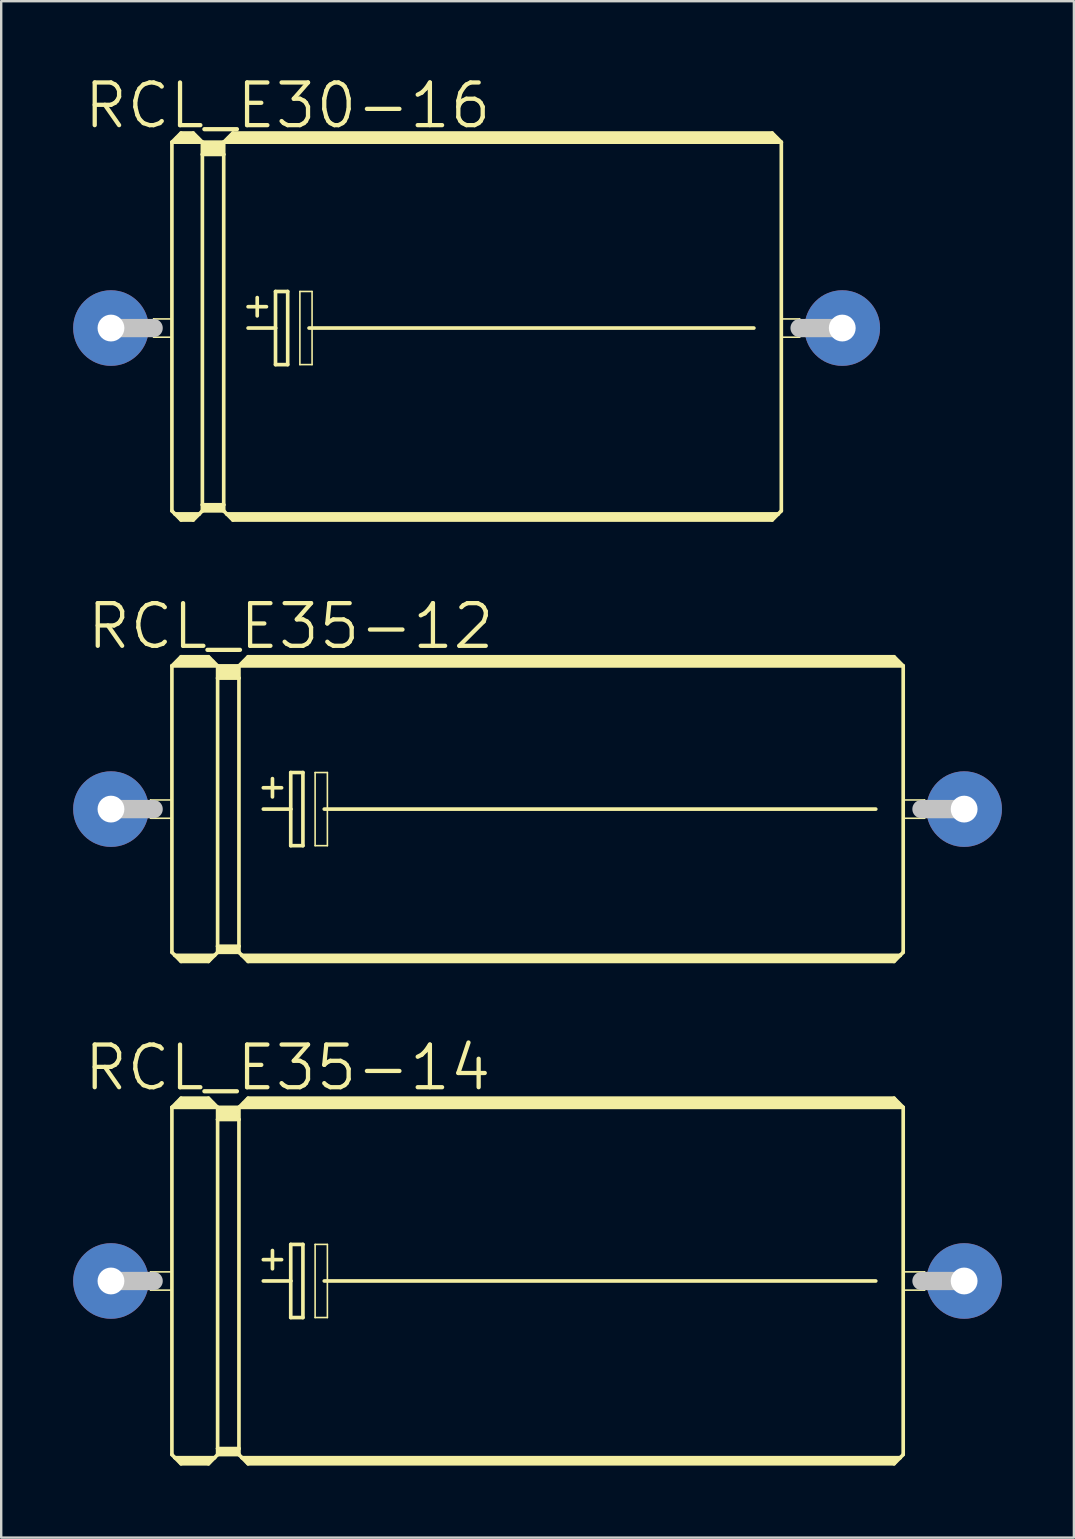
<source format=kicad_pcb>
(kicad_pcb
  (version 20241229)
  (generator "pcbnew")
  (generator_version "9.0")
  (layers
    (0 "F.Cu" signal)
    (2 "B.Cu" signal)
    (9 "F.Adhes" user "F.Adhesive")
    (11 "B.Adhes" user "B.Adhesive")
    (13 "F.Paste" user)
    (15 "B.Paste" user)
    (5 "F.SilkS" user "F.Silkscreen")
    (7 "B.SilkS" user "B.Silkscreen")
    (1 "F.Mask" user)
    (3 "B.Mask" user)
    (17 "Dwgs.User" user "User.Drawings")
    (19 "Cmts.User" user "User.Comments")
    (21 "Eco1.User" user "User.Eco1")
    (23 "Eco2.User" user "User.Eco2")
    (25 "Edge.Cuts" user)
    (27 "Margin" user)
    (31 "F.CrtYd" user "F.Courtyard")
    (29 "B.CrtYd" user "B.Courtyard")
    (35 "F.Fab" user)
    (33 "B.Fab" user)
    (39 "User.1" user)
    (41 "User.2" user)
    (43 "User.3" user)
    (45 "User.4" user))
  (footprint "RCL_E30-16"
    (layer "F.Cu")
    (at 16.815 10.623)
    (property "Reference" "RCL_E30-16" (at -7.874 -9.271 0) (layer "F.SilkS") (effects (font (size 1.778 1.778) (thickness 0.178))))
    (attr exclude_from_pos_files exclude_from_bom)
    (fp_line (start -13.462 -0.381) (end -12.7 -0.381) (stroke (width 0.066) (type solid)) (layer "F.SilkS"))
    (fp_line (start -13.462 0.381) (end -13.462 -0.381) (stroke (width 0.066) (type solid)) (layer "F.SilkS"))
    (fp_line (start -13.462 0.381) (end -12.7 0.381) (stroke (width 0.066) (type solid)) (layer "F.SilkS"))
    (fp_line (start -12.7 -7.747) (end -12.7 7.62) (stroke (width 0.152) (type solid)) (layer "F.SilkS"))
    (fp_line (start -12.7 -7.747) (end -12.319 -8.128) (stroke (width 0.152) (type solid)) (layer "F.SilkS"))
    (fp_line (start -12.7 -7.747) (end -11.43 -7.747) (stroke (width 0.152) (type solid)) (layer "F.SilkS"))
    (fp_line (start -12.7 0.381) (end -12.7 -0.381) (stroke (width 0.066) (type solid)) (layer "F.SilkS"))
    (fp_line (start -12.7 7.62) (end -12.573 7.747) (stroke (width 0.152) (type solid)) (layer "F.SilkS"))
    (fp_line (start -12.573 7.747) (end -12.319 8.001) (stroke (width 0.152) (type solid)) (layer "F.SilkS"))
    (fp_line (start -12.573 7.747) (end -11.557 7.747) (stroke (width 0.152) (type solid)) (layer "F.SilkS"))
    (fp_line (start -12.446 -7.874) (end -11.684 -7.874) (stroke (width 0.305) (type solid)) (layer "F.SilkS"))
    (fp_line (start -12.319 -8.128) (end -11.811 -8.128) (stroke (width 0.152) (type solid)) (layer "F.SilkS"))
    (fp_line (start -12.319 -8.001) (end -11.811 -8.001) (stroke (width 0.305) (type solid)) (layer "F.SilkS"))
    (fp_line (start -12.319 7.874) (end -11.811 7.874) (stroke (width 0.305) (type solid)) (layer "F.SilkS"))
    (fp_line (start -12.319 8.001) (end -11.811 8.001) (stroke (width 0.152) (type solid)) (layer "F.SilkS"))
    (fp_line (start -11.557 7.747) (end -11.811 8.001) (stroke (width 0.152) (type solid)) (layer "F.SilkS"))
    (fp_line (start -11.43 -7.747) (end -11.811 -8.128) (stroke (width 0.152) (type solid)) (layer "F.SilkS"))
    (fp_line (start -11.43 -7.747) (end -11.43 -7.236) (stroke (width 0.152) (type solid)) (layer "F.SilkS"))
    (fp_line (start -11.43 -7.747) (end -10.541 -7.747) (stroke (width 0.152) (type solid)) (layer "F.SilkS"))
    (fp_line (start -11.43 -7.236) (end -11.43 7.366) (stroke (width 0.152) (type solid)) (layer "F.SilkS"))
    (fp_line (start -11.43 -7.236) (end -10.541 -7.236) (stroke (width 0.152) (type solid)) (layer "F.SilkS"))
    (fp_line (start -11.43 7.366) (end -11.43 7.62) (stroke (width 0.152) (type solid)) (layer "F.SilkS"))
    (fp_line (start -11.43 7.366) (end -10.541 7.366) (stroke (width 0.152) (type solid)) (layer "F.SilkS"))
    (fp_line (start -11.43 7.62) (end -11.557 7.747) (stroke (width 0.152) (type solid)) (layer "F.SilkS"))
    (fp_line (start -11.43 7.62) (end -10.541 7.62) (stroke (width 0.152) (type solid)) (layer "F.SilkS"))
    (fp_line (start -11.303 -7.62) (end -10.668 -7.62) (stroke (width 0.305) (type solid)) (layer "F.SilkS"))
    (fp_line (start -11.303 -7.366) (end -10.668 -7.366) (stroke (width 0.305) (type solid)) (layer "F.SilkS"))
    (fp_line (start -11.303 7.493) (end -10.668 7.493) (stroke (width 0.305) (type solid)) (layer "F.SilkS"))
    (fp_line (start -10.541 -7.747) (end -10.541 -7.236) (stroke (width 0.152) (type solid)) (layer "F.SilkS"))
    (fp_line (start -10.541 -7.747) (end -10.16 -8.128) (stroke (width 0.152) (type solid)) (layer "F.SilkS"))
    (fp_line (start -10.541 -7.747) (end 12.7 -7.747) (stroke (width 0.152) (type solid)) (layer "F.SilkS"))
    (fp_line (start -10.541 -7.236) (end -10.541 7.366) (stroke (width 0.152) (type solid)) (layer "F.SilkS"))
    (fp_line (start -10.541 7.366) (end -10.541 7.62) (stroke (width 0.152) (type solid)) (layer "F.SilkS"))
    (fp_line (start -10.414 7.747) (end -10.541 7.62) (stroke (width 0.152) (type solid)) (layer "F.SilkS"))
    (fp_line (start -10.414 7.747) (end 12.573 7.747) (stroke (width 0.152) (type solid)) (layer "F.SilkS"))
    (fp_line (start -10.287 -7.874) (end 12.446 -7.874) (stroke (width 0.305) (type solid)) (layer "F.SilkS"))
    (fp_line (start -10.16 -8.001) (end 12.319 -8.001) (stroke (width 0.305) (type solid)) (layer "F.SilkS"))
    (fp_line (start -10.16 7.874) (end 12.319 7.874) (stroke (width 0.305) (type solid)) (layer "F.SilkS"))
    (fp_line (start -10.16 8.001) (end -10.414 7.747) (stroke (width 0.152) (type solid)) (layer "F.SilkS"))
    (fp_line (start -9.525 -0.889) (end -8.76 -0.889) (stroke (width 0.152) (type solid)) (layer "F.SilkS"))
    (fp_line (start -9.525 0) (end -8.382 0) (stroke (width 0.152) (type solid)) (layer "F.SilkS"))
    (fp_line (start -9.144 -1.27) (end -9.144 -0.508) (stroke (width 0.152) (type solid)) (layer "F.SilkS"))
    (fp_line (start -8.382 -1.524) (end -8.382 0) (stroke (width 0.152) (type solid)) (layer "F.SilkS"))
    (fp_line (start -8.382 0) (end -8.382 1.524) (stroke (width 0.152) (type solid)) (layer "F.SilkS"))
    (fp_line (start -8.382 1.524) (end -7.874 1.524) (stroke (width 0.152) (type solid)) (layer "F.SilkS"))
    (fp_line (start -7.874 -1.524) (end -8.382 -1.524) (stroke (width 0.152) (type solid)) (layer "F.SilkS"))
    (fp_line (start -7.874 1.524) (end -7.874 -1.524) (stroke (width 0.152) (type solid)) (layer "F.SilkS"))
    (fp_line (start -7.366 -1.524) (end -6.858 -1.524) (stroke (width 0.066) (type solid)) (layer "F.SilkS"))
    (fp_line (start -7.366 1.524) (end -7.366 -1.524) (stroke (width 0.066) (type solid)) (layer "F.SilkS"))
    (fp_line (start -7.366 1.524) (end -6.858 1.524) (stroke (width 0.066) (type solid)) (layer "F.SilkS"))
    (fp_line (start -6.985 0) (end 11.557 0) (stroke (width 0.152) (type solid)) (layer "F.SilkS"))
    (fp_line (start -6.858 1.524) (end -6.858 -1.524) (stroke (width 0.066) (type solid)) (layer "F.SilkS"))
    (fp_line (start 12.319 -8.128) (end -10.16 -8.128) (stroke (width 0.152) (type solid)) (layer "F.SilkS"))
    (fp_line (start 12.319 8.001) (end -10.16 8.001) (stroke (width 0.152) (type solid)) (layer "F.SilkS"))
    (fp_line (start 12.573 7.747) (end 12.319 8.001) (stroke (width 0.152) (type solid)) (layer "F.SilkS"))
    (fp_line (start 12.7 -7.747) (end 12.319 -8.128) (stroke (width 0.152) (type solid)) (layer "F.SilkS"))
    (fp_line (start 12.7 -7.747) (end 12.7 7.62) (stroke (width 0.152) (type solid)) (layer "F.SilkS"))
    (fp_line (start 12.7 -0.381) (end 13.462 -0.381) (stroke (width 0.066) (type solid)) (layer "F.SilkS"))
    (fp_line (start 12.7 0.381) (end 12.7 -0.381) (stroke (width 0.066) (type solid)) (layer "F.SilkS"))
    (fp_line (start 12.7 0.381) (end 13.462 0.381) (stroke (width 0.066) (type solid)) (layer "F.SilkS"))
    (fp_line (start 12.7 7.62) (end 12.573 7.747) (stroke (width 0.152) (type solid)) (layer "F.SilkS"))
    (fp_line (start 13.462 0.381) (end 13.462 -0.381) (stroke (width 0.066) (type solid)) (layer "F.SilkS"))
    (fp_line (start -15.24 0) (end -13.462 0) (stroke (width 0.762) (type solid)) (layer "Dwgs.User"))
    (fp_line (start 15.24 0) (end 13.462 0) (stroke (width 0.762) (type solid)) (layer "Dwgs.User"))
    (pad "+" thru_hole circle (at -15.24 0) (size 3.15 3.15) (drill 1.118) (layers "*.Cu" "*.Paste" "*.Mask"))
    (pad "-" thru_hole circle (at 15.24 0) (size 3.15 3.15) (drill 1.118) (layers "*.Cu" "*.Paste" "*.Mask")))
  (footprint "RCL_E35-14"
    (layer "F.Cu")
    (at 19.355 50.341)
    (property "Reference" "RCL_E35-14" (at -10.414 -8.89 0) (layer "F.SilkS") (effects (font (size 1.778 1.778) (thickness 0.178))))
    (attr exclude_from_pos_files exclude_from_bom)
    (fp_line (start -16.129 -0.381) (end -15.24 -0.381) (stroke (width 0.066) (type solid)) (layer "F.SilkS"))
    (fp_line (start -16.129 0.381) (end -16.129 -0.381) (stroke (width 0.066) (type solid)) (layer "F.SilkS"))
    (fp_line (start -16.129 0.381) (end -15.24 0.381) (stroke (width 0.066) (type solid)) (layer "F.SilkS"))
    (fp_line (start -15.24 -7.236) (end -15.24 7.236) (stroke (width 0.152) (type solid)) (layer "F.SilkS"))
    (fp_line (start -15.24 -7.236) (end -14.859 -7.62) (stroke (width 0.152) (type solid)) (layer "F.SilkS"))
    (fp_line (start -15.24 -7.236) (end -13.335 -7.236) (stroke (width 0.152) (type solid)) (layer "F.SilkS"))
    (fp_line (start -15.24 0.381) (end -15.24 -0.381) (stroke (width 0.066) (type solid)) (layer "F.SilkS"))
    (fp_line (start -15.24 7.236) (end -15.113 7.366) (stroke (width 0.152) (type solid)) (layer "F.SilkS"))
    (fp_line (start -15.113 7.366) (end -14.859 7.62) (stroke (width 0.152) (type solid)) (layer "F.SilkS"))
    (fp_line (start -15.113 7.366) (end -13.462 7.366) (stroke (width 0.152) (type solid)) (layer "F.SilkS"))
    (fp_line (start -14.986 -7.366) (end -13.589 -7.366) (stroke (width 0.305) (type solid)) (layer "F.SilkS"))
    (fp_line (start -14.859 -7.62) (end -13.716 -7.62) (stroke (width 0.152) (type solid)) (layer "F.SilkS"))
    (fp_line (start -14.859 -7.493) (end -13.716 -7.493) (stroke (width 0.305) (type solid)) (layer "F.SilkS"))
    (fp_line (start -14.859 7.493) (end -13.716 7.493) (stroke (width 0.305) (type solid)) (layer "F.SilkS"))
    (fp_line (start -14.859 7.62) (end -13.716 7.62) (stroke (width 0.152) (type solid)) (layer "F.SilkS"))
    (fp_line (start -13.462 7.366) (end -13.716 7.62) (stroke (width 0.152) (type solid)) (layer "F.SilkS"))
    (fp_line (start -13.335 -7.236) (end -13.716 -7.62) (stroke (width 0.152) (type solid)) (layer "F.SilkS"))
    (fp_line (start -13.335 -7.236) (end -13.335 -6.731) (stroke (width 0.152) (type solid)) (layer "F.SilkS"))
    (fp_line (start -13.335 -7.236) (end -12.446 -7.236) (stroke (width 0.152) (type solid)) (layer "F.SilkS"))
    (fp_line (start -13.335 -6.731) (end -13.335 6.985) (stroke (width 0.152) (type solid)) (layer "F.SilkS"))
    (fp_line (start -13.335 -6.731) (end -12.446 -6.731) (stroke (width 0.152) (type solid)) (layer "F.SilkS"))
    (fp_line (start -13.335 6.985) (end -13.335 7.236) (stroke (width 0.152) (type solid)) (layer "F.SilkS"))
    (fp_line (start -13.335 6.985) (end -12.446 6.985) (stroke (width 0.152) (type solid)) (layer "F.SilkS"))
    (fp_line (start -13.335 7.236) (end -13.462 7.366) (stroke (width 0.152) (type solid)) (layer "F.SilkS"))
    (fp_line (start -13.335 7.236) (end -12.446 7.236) (stroke (width 0.152) (type solid)) (layer "F.SilkS"))
    (fp_line (start -13.208 -7.112) (end -12.573 -7.112) (stroke (width 0.305) (type solid)) (layer "F.SilkS"))
    (fp_line (start -13.208 -6.858) (end -12.573 -6.858) (stroke (width 0.305) (type solid)) (layer "F.SilkS"))
    (fp_line (start -13.208 7.112) (end -12.573 7.112) (stroke (width 0.305) (type solid)) (layer "F.SilkS"))
    (fp_line (start -12.446 -7.236) (end -12.446 -6.731) (stroke (width 0.152) (type solid)) (layer "F.SilkS"))
    (fp_line (start -12.446 -7.236) (end -12.065 -7.62) (stroke (width 0.152) (type solid)) (layer "F.SilkS"))
    (fp_line (start -12.446 -7.236) (end 15.24 -7.236) (stroke (width 0.152) (type solid)) (layer "F.SilkS"))
    (fp_line (start -12.446 -6.731) (end -12.446 6.985) (stroke (width 0.152) (type solid)) (layer "F.SilkS"))
    (fp_line (start -12.446 6.985) (end -12.446 7.236) (stroke (width 0.152) (type solid)) (layer "F.SilkS"))
    (fp_line (start -12.319 7.366) (end -12.446 7.236) (stroke (width 0.152) (type solid)) (layer "F.SilkS"))
    (fp_line (start -12.319 7.366) (end 15.113 7.366) (stroke (width 0.152) (type solid)) (layer "F.SilkS"))
    (fp_line (start -12.192 -7.366) (end 14.986 -7.366) (stroke (width 0.305) (type solid)) (layer "F.SilkS"))
    (fp_line (start -12.065 -7.493) (end 14.859 -7.493) (stroke (width 0.305) (type solid)) (layer "F.SilkS"))
    (fp_line (start -12.065 7.493) (end 14.859 7.493) (stroke (width 0.305) (type solid)) (layer "F.SilkS"))
    (fp_line (start -12.065 7.62) (end -12.319 7.366) (stroke (width 0.152) (type solid)) (layer "F.SilkS"))
    (fp_line (start -11.43 -0.889) (end -10.668 -0.889) (stroke (width 0.152) (type solid)) (layer "F.SilkS"))
    (fp_line (start -11.43 0) (end -10.287 0) (stroke (width 0.152) (type solid)) (layer "F.SilkS"))
    (fp_line (start -11.049 -1.27) (end -11.049 -0.508) (stroke (width 0.152) (type solid)) (layer "F.SilkS"))
    (fp_line (start -10.287 -1.524) (end -10.287 0) (stroke (width 0.152) (type solid)) (layer "F.SilkS"))
    (fp_line (start -10.287 0) (end -10.287 1.524) (stroke (width 0.152) (type solid)) (layer "F.SilkS"))
    (fp_line (start -10.287 1.524) (end -9.779 1.524) (stroke (width 0.152) (type solid)) (layer "F.SilkS"))
    (fp_line (start -9.779 -1.524) (end -10.287 -1.524) (stroke (width 0.152) (type solid)) (layer "F.SilkS"))
    (fp_line (start -9.779 1.524) (end -9.779 -1.524) (stroke (width 0.152) (type solid)) (layer "F.SilkS"))
    (fp_line (start -9.271 -1.524) (end -8.76 -1.524) (stroke (width 0.066) (type solid)) (layer "F.SilkS"))
    (fp_line (start -9.271 1.524) (end -9.271 -1.524) (stroke (width 0.066) (type solid)) (layer "F.SilkS"))
    (fp_line (start -9.271 1.524) (end -8.76 1.524) (stroke (width 0.066) (type solid)) (layer "F.SilkS"))
    (fp_line (start -8.89 0) (end 14.097 0) (stroke (width 0.152) (type solid)) (layer "F.SilkS"))
    (fp_line (start -8.76 1.524) (end -8.76 -1.524) (stroke (width 0.066) (type solid)) (layer "F.SilkS"))
    (fp_line (start 14.859 -7.62) (end -12.065 -7.62) (stroke (width 0.152) (type solid)) (layer "F.SilkS"))
    (fp_line (start 14.859 7.62) (end -12.065 7.62) (stroke (width 0.152) (type solid)) (layer "F.SilkS"))
    (fp_line (start 15.113 7.366) (end 14.859 7.62) (stroke (width 0.152) (type solid)) (layer "F.SilkS"))
    (fp_line (start 15.24 -7.236) (end 14.859 -7.62) (stroke (width 0.152) (type solid)) (layer "F.SilkS"))
    (fp_line (start 15.24 -7.236) (end 15.24 7.236) (stroke (width 0.152) (type solid)) (layer "F.SilkS"))
    (fp_line (start 15.24 -0.381) (end 16.129 -0.381) (stroke (width 0.066) (type solid)) (layer "F.SilkS"))
    (fp_line (start 15.24 0.381) (end 15.24 -0.381) (stroke (width 0.066) (type solid)) (layer "F.SilkS"))
    (fp_line (start 15.24 0.381) (end 16.129 0.381) (stroke (width 0.066) (type solid)) (layer "F.SilkS"))
    (fp_line (start 15.24 7.236) (end 15.113 7.366) (stroke (width 0.152) (type solid)) (layer "F.SilkS"))
    (fp_line (start 16.129 0.381) (end 16.129 -0.381) (stroke (width 0.066) (type solid)) (layer "F.SilkS"))
    (fp_line (start -17.78 0) (end -16.002 0) (stroke (width 0.762) (type solid)) (layer "Dwgs.User"))
    (fp_line (start 17.78 0) (end 16.002 0) (stroke (width 0.762) (type solid)) (layer "Dwgs.User"))
    (pad "+" thru_hole circle (at -17.78 0) (size 3.15 3.15) (drill 1.118) (layers "*.Cu" "*.Paste" "*.Mask"))
    (pad "-" thru_hole circle (at 17.78 0) (size 3.15 3.15) (drill 1.118) (layers "*.Cu" "*.Paste" "*.Mask")))
  (footprint "RCL_E35-12"
    (layer "F.Cu")
    (at 19.355 30.673)
    (property "Reference" "RCL_E35-12" (at -10.287 -7.62 0) (layer "F.SilkS") (effects (font (size 1.778 1.778) (thickness 0.178))))
    (attr exclude_from_pos_files exclude_from_bom)
    (fp_line (start -16.129 -0.381) (end -15.24 -0.381) (stroke (width 0.066) (type solid)) (layer "F.SilkS"))
    (fp_line (start -16.129 0.381) (end -16.129 -0.381) (stroke (width 0.066) (type solid)) (layer "F.SilkS"))
    (fp_line (start -16.129 0.381) (end -15.24 0.381) (stroke (width 0.066) (type solid)) (layer "F.SilkS"))
    (fp_line (start -15.24 -5.969) (end -15.24 5.969) (stroke (width 0.152) (type solid)) (layer "F.SilkS"))
    (fp_line (start -15.24 -5.969) (end -14.859 -6.35) (stroke (width 0.152) (type solid)) (layer "F.SilkS"))
    (fp_line (start -15.24 -5.969) (end -13.335 -5.969) (stroke (width 0.152) (type solid)) (layer "F.SilkS"))
    (fp_line (start -15.24 0.381) (end -15.24 -0.381) (stroke (width 0.066) (type solid)) (layer "F.SilkS"))
    (fp_line (start -15.24 5.969) (end -15.113 6.096) (stroke (width 0.152) (type solid)) (layer "F.SilkS"))
    (fp_line (start -15.113 6.096) (end -14.859 6.35) (stroke (width 0.152) (type solid)) (layer "F.SilkS"))
    (fp_line (start -15.113 6.096) (end -13.462 6.096) (stroke (width 0.152) (type solid)) (layer "F.SilkS"))
    (fp_line (start -14.986 -6.096) (end -13.589 -6.096) (stroke (width 0.305) (type solid)) (layer "F.SilkS"))
    (fp_line (start -14.859 -6.35) (end -13.716 -6.35) (stroke (width 0.152) (type solid)) (layer "F.SilkS"))
    (fp_line (start -14.859 -6.223) (end -13.716 -6.223) (stroke (width 0.305) (type solid)) (layer "F.SilkS"))
    (fp_line (start -14.859 6.223) (end -13.716 6.223) (stroke (width 0.305) (type solid)) (layer "F.SilkS"))
    (fp_line (start -14.859 6.35) (end -13.716 6.35) (stroke (width 0.152) (type solid)) (layer "F.SilkS"))
    (fp_line (start -13.462 6.096) (end -13.716 6.35) (stroke (width 0.152) (type solid)) (layer "F.SilkS"))
    (fp_line (start -13.335 -5.969) (end -13.716 -6.35) (stroke (width 0.152) (type solid)) (layer "F.SilkS"))
    (fp_line (start -13.335 -5.969) (end -13.335 -5.461) (stroke (width 0.152) (type solid)) (layer "F.SilkS"))
    (fp_line (start -13.335 -5.969) (end -12.446 -5.969) (stroke (width 0.152) (type solid)) (layer "F.SilkS"))
    (fp_line (start -13.335 -5.461) (end -13.335 5.715) (stroke (width 0.152) (type solid)) (layer "F.SilkS"))
    (fp_line (start -13.335 -5.461) (end -12.446 -5.461) (stroke (width 0.152) (type solid)) (layer "F.SilkS"))
    (fp_line (start -13.335 5.715) (end -13.335 5.969) (stroke (width 0.152) (type solid)) (layer "F.SilkS"))
    (fp_line (start -13.335 5.715) (end -12.446 5.715) (stroke (width 0.152) (type solid)) (layer "F.SilkS"))
    (fp_line (start -13.335 5.969) (end -13.462 6.096) (stroke (width 0.152) (type solid)) (layer "F.SilkS"))
    (fp_line (start -13.335 5.969) (end -12.446 5.969) (stroke (width 0.152) (type solid)) (layer "F.SilkS"))
    (fp_line (start -13.208 -5.842) (end -12.573 -5.842) (stroke (width 0.305) (type solid)) (layer "F.SilkS"))
    (fp_line (start -13.208 -5.588) (end -12.573 -5.588) (stroke (width 0.305) (type solid)) (layer "F.SilkS"))
    (fp_line (start -13.208 5.842) (end -12.573 5.842) (stroke (width 0.305) (type solid)) (layer "F.SilkS"))
    (fp_line (start -12.446 -5.969) (end -12.446 -5.461) (stroke (width 0.152) (type solid)) (layer "F.SilkS"))
    (fp_line (start -12.446 -5.969) (end -12.065 -6.35) (stroke (width 0.152) (type solid)) (layer "F.SilkS"))
    (fp_line (start -12.446 -5.969) (end 15.24 -5.969) (stroke (width 0.152) (type solid)) (layer "F.SilkS"))
    (fp_line (start -12.446 -5.461) (end -12.446 5.715) (stroke (width 0.152) (type solid)) (layer "F.SilkS"))
    (fp_line (start -12.446 5.715) (end -12.446 5.969) (stroke (width 0.152) (type solid)) (layer "F.SilkS"))
    (fp_line (start -12.319 6.096) (end -12.446 5.969) (stroke (width 0.152) (type solid)) (layer "F.SilkS"))
    (fp_line (start -12.319 6.096) (end 15.113 6.096) (stroke (width 0.152) (type solid)) (layer "F.SilkS"))
    (fp_line (start -12.192 -6.096) (end 14.986 -6.096) (stroke (width 0.305) (type solid)) (layer "F.SilkS"))
    (fp_line (start -12.065 -6.223) (end 14.859 -6.223) (stroke (width 0.305) (type solid)) (layer "F.SilkS"))
    (fp_line (start -12.065 6.223) (end 14.859 6.223) (stroke (width 0.305) (type solid)) (layer "F.SilkS"))
    (fp_line (start -12.065 6.35) (end -12.319 6.096) (stroke (width 0.152) (type solid)) (layer "F.SilkS"))
    (fp_line (start -11.43 -0.889) (end -10.668 -0.889) (stroke (width 0.152) (type solid)) (layer "F.SilkS"))
    (fp_line (start -11.43 0) (end -10.287 0) (stroke (width 0.152) (type solid)) (layer "F.SilkS"))
    (fp_line (start -11.049 -1.27) (end -11.049 -0.508) (stroke (width 0.152) (type solid)) (layer "F.SilkS"))
    (fp_line (start -10.287 -1.524) (end -10.287 0) (stroke (width 0.152) (type solid)) (layer "F.SilkS"))
    (fp_line (start -10.287 0) (end -10.287 1.524) (stroke (width 0.152) (type solid)) (layer "F.SilkS"))
    (fp_line (start -10.287 1.524) (end -9.779 1.524) (stroke (width 0.152) (type solid)) (layer "F.SilkS"))
    (fp_line (start -9.779 -1.524) (end -10.287 -1.524) (stroke (width 0.152) (type solid)) (layer "F.SilkS"))
    (fp_line (start -9.779 1.524) (end -9.779 -1.524) (stroke (width 0.152) (type solid)) (layer "F.SilkS"))
    (fp_line (start -9.271 -1.524) (end -8.76 -1.524) (stroke (width 0.066) (type solid)) (layer "F.SilkS"))
    (fp_line (start -9.271 1.524) (end -9.271 -1.524) (stroke (width 0.066) (type solid)) (layer "F.SilkS"))
    (fp_line (start -9.271 1.524) (end -8.76 1.524) (stroke (width 0.066) (type solid)) (layer "F.SilkS"))
    (fp_line (start -8.89 0) (end 14.097 0) (stroke (width 0.152) (type solid)) (layer "F.SilkS"))
    (fp_line (start -8.76 1.524) (end -8.76 -1.524) (stroke (width 0.066) (type solid)) (layer "F.SilkS"))
    (fp_line (start 14.859 -6.35) (end -12.065 -6.35) (stroke (width 0.152) (type solid)) (layer "F.SilkS"))
    (fp_line (start 14.859 6.35) (end -12.065 6.35) (stroke (width 0.152) (type solid)) (layer "F.SilkS"))
    (fp_line (start 15.113 6.096) (end 14.859 6.35) (stroke (width 0.152) (type solid)) (layer "F.SilkS"))
    (fp_line (start 15.24 -5.969) (end 14.859 -6.35) (stroke (width 0.152) (type solid)) (layer "F.SilkS"))
    (fp_line (start 15.24 -5.969) (end 15.24 5.969) (stroke (width 0.152) (type solid)) (layer "F.SilkS"))
    (fp_line (start 15.24 -0.381) (end 16.129 -0.381) (stroke (width 0.066) (type solid)) (layer "F.SilkS"))
    (fp_line (start 15.24 0.381) (end 15.24 -0.381) (stroke (width 0.066) (type solid)) (layer "F.SilkS"))
    (fp_line (start 15.24 0.381) (end 16.129 0.381) (stroke (width 0.066) (type solid)) (layer "F.SilkS"))
    (fp_line (start 15.24 5.969) (end 15.113 6.096) (stroke (width 0.152) (type solid)) (layer "F.SilkS"))
    (fp_line (start 16.129 0.381) (end 16.129 -0.381) (stroke (width 0.066) (type solid)) (layer "F.SilkS"))
    (fp_line (start -17.78 0) (end -16.002 0) (stroke (width 0.762) (type solid)) (layer "Dwgs.User"))
    (fp_line (start 17.78 0) (end 16.002 0) (stroke (width 0.762) (type solid)) (layer "Dwgs.User"))
    (pad "+" thru_hole circle (at -17.78 0) (size 3.15 3.15) (drill 1.118) (layers "*.Cu" "*.Paste" "*.Mask"))
    (pad "-" thru_hole circle (at 17.78 0) (size 3.15 3.15) (drill 1.118) (layers "*.Cu" "*.Paste" "*.Mask")))
  (gr_rect
    (start -3 -3)
    (end 41.71 61.037)
    (stroke (width 0.1) (type default))
    (fill no)
    (layer "Edge.Cuts")))
</source>
